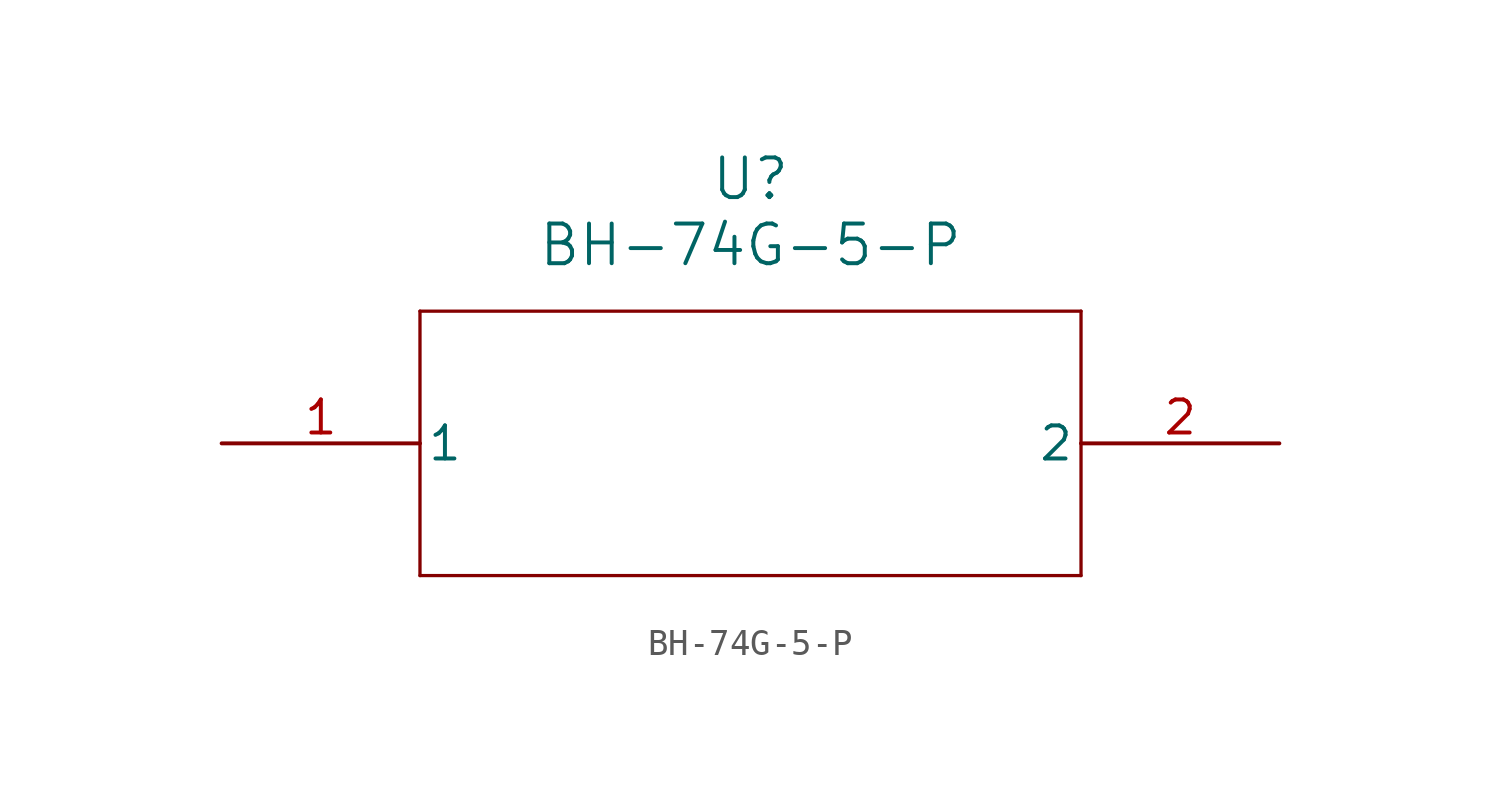
<source format=kicad_sym>
(kicad_symbol_lib
  (version 20211014)
  (generator kicad_symbol_editor)
  (symbol "BH-74G-5-P"
    (pin_names
      (offset 0.254))
    (property "Reference" "U"
      (at 20.32 10.16 0)
      (effects (font (size 1.524 1.524))))
    (property "Value" "BH-74G-5-P"
      (at 20.32 7.62 0)
      (effects (font (size 1.524 1.524))))
    (symbol "BH-74G-5-P_0_1"
      (polyline (pts (xy 7.62 5.08) (xy 7.62 -5.08)) (stroke (width 0.127) (type default) (color 0 0 0 0)) (fill (type none)))
      (polyline (pts (xy 7.62 -5.08) (xy 33.02 -5.08)) (stroke (width 0.127) (type default) (color 0 0 0 0)) (fill (type none)))
      (polyline (pts (xy 33.02 -5.08) (xy 33.02 5.08)) (stroke (width 0.127) (type default) (color 0 0 0 0)) (fill (type none)))
      (polyline (pts (xy 33.02 5.08) (xy 7.62 5.08)) (stroke (width 0.127) (type default) (color 0 0 0 0)) (fill (type none)))
      (pin unspecified line (at 0 0 0) (length 7.62) (name "1" (effects (font (size 1.27 1.27)))) (number "1" (effects (font (size 1.27 1.27)))))
      (pin unspecified line (at 40.64 0 180) (length 7.62) (name "2" (effects (font (size 1.27 1.27)))) (number "2" (effects (font (size 1.27 1.27))))))))
</source>
